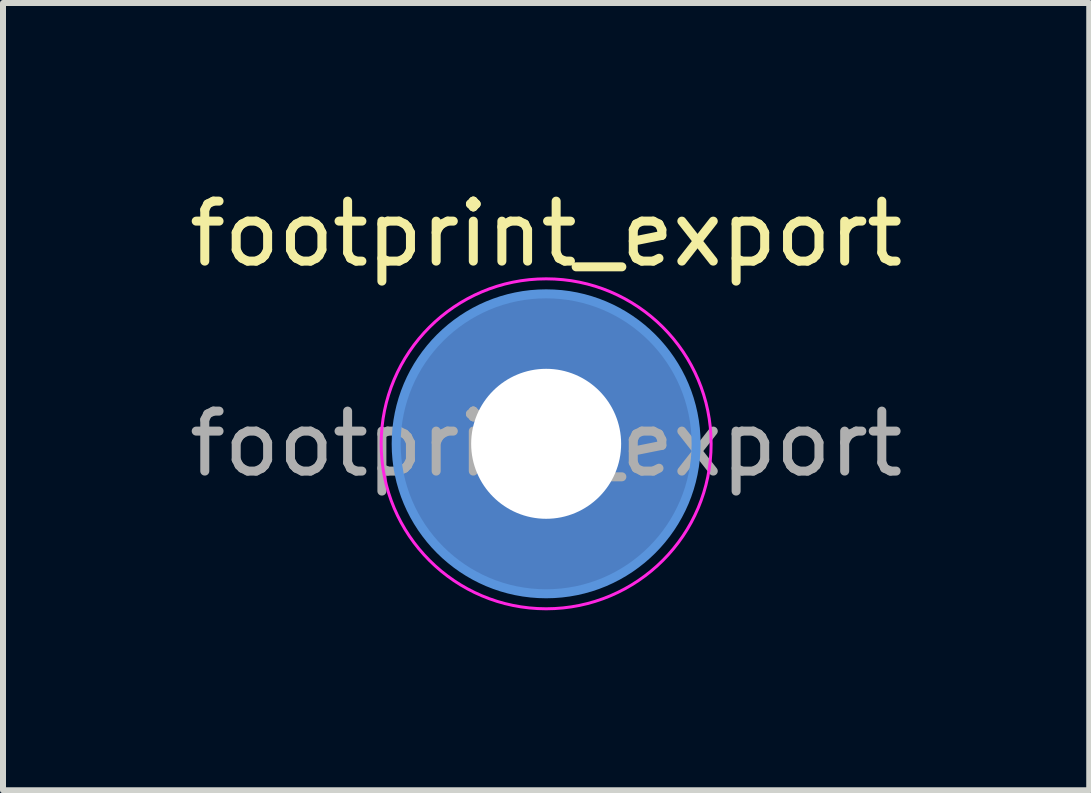
<source format=kicad_pcb>
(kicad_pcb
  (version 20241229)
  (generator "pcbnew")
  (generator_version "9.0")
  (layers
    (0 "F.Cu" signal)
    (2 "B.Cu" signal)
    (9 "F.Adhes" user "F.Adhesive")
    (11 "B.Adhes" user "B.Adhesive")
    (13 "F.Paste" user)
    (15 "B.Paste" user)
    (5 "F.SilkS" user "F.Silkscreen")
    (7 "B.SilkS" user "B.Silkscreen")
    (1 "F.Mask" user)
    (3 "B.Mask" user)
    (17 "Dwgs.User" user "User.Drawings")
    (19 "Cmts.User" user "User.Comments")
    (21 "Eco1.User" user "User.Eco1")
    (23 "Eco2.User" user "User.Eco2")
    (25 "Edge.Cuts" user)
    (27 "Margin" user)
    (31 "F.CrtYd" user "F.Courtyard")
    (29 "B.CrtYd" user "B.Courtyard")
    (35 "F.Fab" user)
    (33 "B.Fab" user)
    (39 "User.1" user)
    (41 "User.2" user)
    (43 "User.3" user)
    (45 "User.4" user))
  (footprint "footprint_export"
    (layer "F.Cu")
    (at 6.054 4.348)
    (property "Reference" "footprint_export" (at 0 -3.5 0) (layer "F.SilkS") (effects (font (size 1 1) (thickness 0.15))))
    (attr exclude_from_pos_files exclude_from_bom)
    (fp_circle (center 0 0) (end 2.5 0) (stroke (width 0.15) (type solid)) (fill no) (layer "Cmts.User"))
    (fp_circle (center 0 0) (end 2.75 0) (stroke (width 0.05) (type solid)) (fill no) (layer "F.CrtYd"))
    (fp_text user "${REFERENCE}" (at 0 0 0) (layer "F.Fab") (effects (font (size 1 1) (thickness 0.15))))
    (pad "1" thru_hole circle (at 0 0) (size 2.9 2.9) (drill 2.5) (layers "*.Cu" "*.Mask"))
    (pad "1" connect circle (at 0 0) (size 5 5) (layers "F.Cu" "F.Mask"))
    (pad "1" connect circle (at 0 0) (size 5 5) (layers "B.Cu" "B.Mask")))
  (gr_rect
    (start -3 -3)
    (end 15.107 10.123)
    (stroke (width 0.1) (type default))
    (fill no)
    (layer "Edge.Cuts")))
</source>
